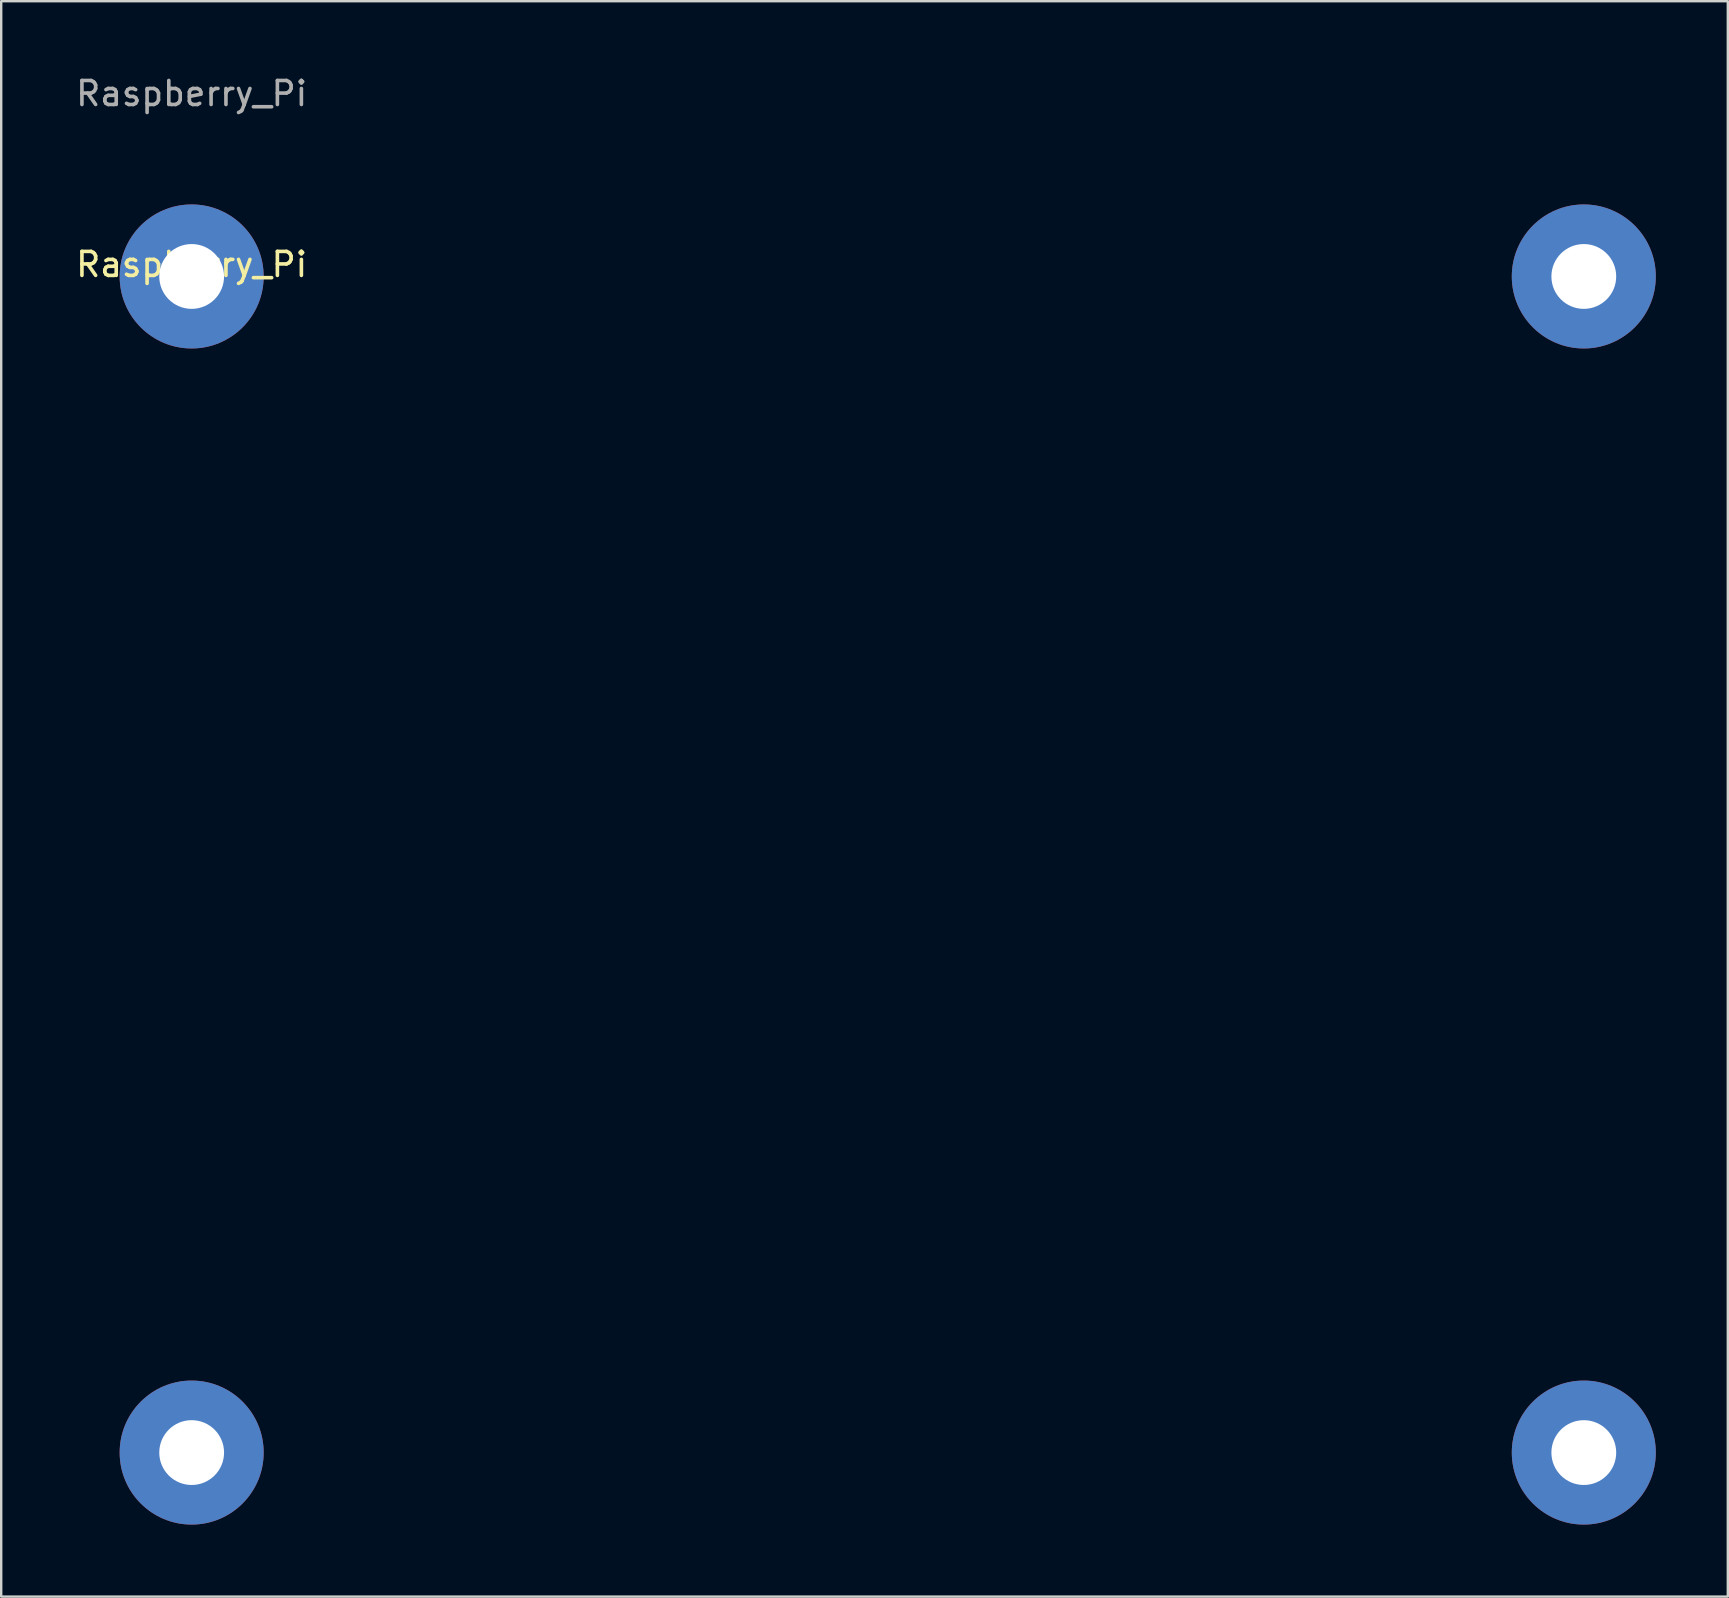
<source format=kicad_pcb>
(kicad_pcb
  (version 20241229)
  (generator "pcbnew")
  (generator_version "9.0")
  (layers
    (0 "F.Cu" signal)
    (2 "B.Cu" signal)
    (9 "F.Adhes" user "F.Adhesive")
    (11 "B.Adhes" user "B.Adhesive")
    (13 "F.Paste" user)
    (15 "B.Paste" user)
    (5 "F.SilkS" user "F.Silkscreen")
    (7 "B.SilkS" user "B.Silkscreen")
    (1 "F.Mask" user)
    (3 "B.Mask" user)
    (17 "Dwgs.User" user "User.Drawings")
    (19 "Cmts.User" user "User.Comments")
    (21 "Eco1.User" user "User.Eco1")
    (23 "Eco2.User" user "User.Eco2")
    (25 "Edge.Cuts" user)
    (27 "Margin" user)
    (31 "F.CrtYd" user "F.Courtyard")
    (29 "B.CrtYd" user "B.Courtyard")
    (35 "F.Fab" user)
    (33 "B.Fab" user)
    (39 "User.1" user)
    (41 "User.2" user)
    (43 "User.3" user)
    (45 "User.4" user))
  (footprint "Raspberry_Pi"
    (layer "F.Cu")
    (at 4.935 8.468)
    (property "Reference" "Raspberry_Pi" (at 0 -0.5 0) (unlocked yes) (layer "F.SilkS") (effects (font (size 1 1) (thickness 0.15))))
    (attr through_hole)
    (fp_text user "${REFERENCE}" (at 0 -7.62 0) (unlocked yes) (layer "F.Fab") (effects (font (size 1 1) (thickness 0.15))))
    (pad "1" thru_hole circle (at 0 0) (size 6 6) (drill 2.7) (layers "*.Cu" "*.Mask"))
    (pad "1" thru_hole circle (at 0 49) (size 6 6) (drill 2.7) (layers "*.Cu" "*.Mask"))
    (pad "1" thru_hole circle (at 58 0) (size 6 6) (drill 2.7) (layers "*.Cu" "*.Mask"))
    (pad "1" thru_hole circle (at 58 49) (size 6 6) (drill 2.7) (layers "*.Cu" "*.Mask")))
  (gr_rect
    (start -3 -3)
    (end 68.935 63.468)
    (stroke (width 0.1) (type default))
    (fill no)
    (layer "Edge.Cuts")))
</source>
